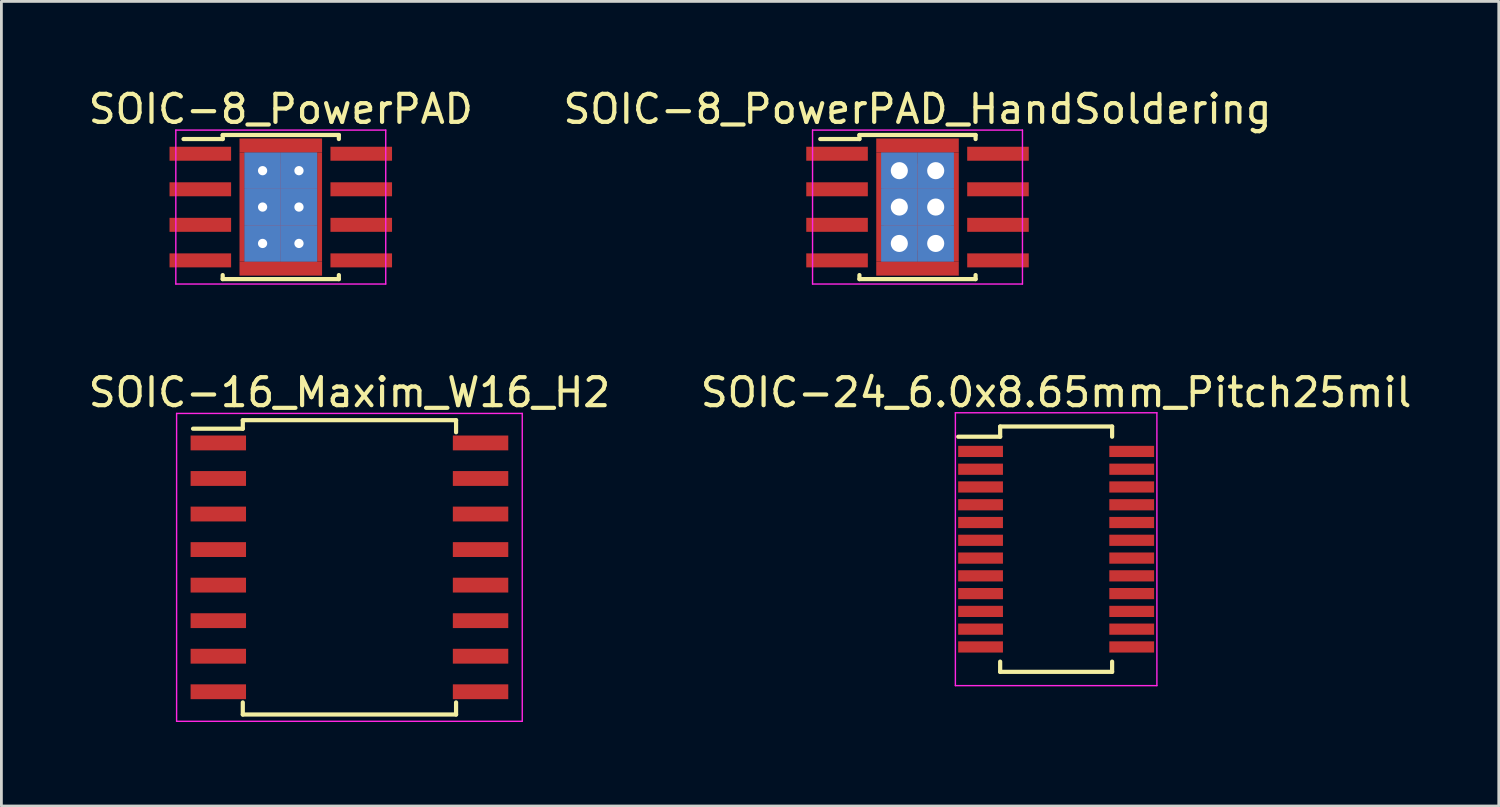
<source format=kicad_pcb>
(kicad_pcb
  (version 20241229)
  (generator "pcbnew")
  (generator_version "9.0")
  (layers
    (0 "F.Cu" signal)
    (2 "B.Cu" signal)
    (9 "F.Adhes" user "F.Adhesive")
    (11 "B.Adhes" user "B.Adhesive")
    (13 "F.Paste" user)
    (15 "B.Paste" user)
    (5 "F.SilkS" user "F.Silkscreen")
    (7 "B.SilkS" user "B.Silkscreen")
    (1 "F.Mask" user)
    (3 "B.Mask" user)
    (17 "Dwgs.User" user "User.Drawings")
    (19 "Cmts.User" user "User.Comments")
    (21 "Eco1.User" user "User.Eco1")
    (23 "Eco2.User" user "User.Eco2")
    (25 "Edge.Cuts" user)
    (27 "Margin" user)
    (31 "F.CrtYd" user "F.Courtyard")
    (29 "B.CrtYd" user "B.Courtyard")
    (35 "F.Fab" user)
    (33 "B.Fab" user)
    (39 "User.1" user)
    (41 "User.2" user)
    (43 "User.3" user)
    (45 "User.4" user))
  (footprint "SOIC-8_PowerPAD"
    (layer "F.Cu")
    (at 6.982 4.348)
    (property "Reference" "SOIC-8_PowerPAD" (at 0 -3.5 0) (layer "F.SilkS") (effects (font (size 1 1) (thickness 0.15))))
    (attr smd)
    (fp_line (start -2.075 -2.575) (end -2.075 -2.43) (stroke (width 0.15) (type solid)) (layer "F.SilkS"))
    (fp_line (start -2.075 -2.575) (end 2.075 -2.575) (stroke (width 0.15) (type solid)) (layer "F.SilkS"))
    (fp_line (start -2.075 -2.43) (end -3.475 -2.43) (stroke (width 0.15) (type solid)) (layer "F.SilkS"))
    (fp_line (start -2.075 2.575) (end -2.075 2.43) (stroke (width 0.15) (type solid)) (layer "F.SilkS"))
    (fp_line (start -2.075 2.575) (end 2.075 2.575) (stroke (width 0.15) (type solid)) (layer "F.SilkS"))
    (fp_line (start 2.075 -2.575) (end 2.075 -2.43) (stroke (width 0.15) (type solid)) (layer "F.SilkS"))
    (fp_line (start 2.075 2.575) (end 2.075 2.43) (stroke (width 0.15) (type solid)) (layer "F.SilkS"))
    (fp_line (start -3.75 -2.75) (end -3.75 2.75) (stroke (width 0.05) (type solid)) (layer "F.CrtYd"))
    (fp_line (start -3.75 -2.75) (end 3.75 -2.75) (stroke (width 0.05) (type solid)) (layer "F.CrtYd"))
    (fp_line (start -3.75 2.75) (end 3.75 2.75) (stroke (width 0.05) (type solid)) (layer "F.CrtYd"))
    (fp_line (start 3.75 -2.75) (end 3.75 2.75) (stroke (width 0.05) (type solid)) (layer "F.CrtYd"))
    (pad "1" smd rect (at -2.875 -1.905) (size 2.2 0.5) (layers "F.Cu" "F.Mask" "F.Paste"))
    (pad "2" smd rect (at -2.875 -0.635) (size 2.2 0.5) (layers "F.Cu" "F.Mask" "F.Paste"))
    (pad "3" smd rect (at -2.875 0.635) (size 2.2 0.5) (layers "F.Cu" "F.Mask" "F.Paste"))
    (pad "4" smd rect (at -2.875 1.905) (size 2.2 0.5) (layers "F.Cu" "F.Mask" "F.Paste"))
    (pad "5" smd rect (at 2.875 1.905) (size 2.2 0.5) (layers "F.Cu" "F.Mask" "F.Paste"))
    (pad "6" smd rect (at 2.875 0.635) (size 2.2 0.5) (layers "F.Cu" "F.Mask" "F.Paste"))
    (pad "7" smd rect (at 2.875 -0.635) (size 2.2 0.5) (layers "F.Cu" "F.Mask" "F.Paste"))
    (pad "8" smd rect (at 2.875 -1.905) (size 2.2 0.5) (layers "F.Cu" "F.Mask" "F.Paste"))
    (pad "9" smd rect (at -1.387 0) (size 0.175 3.9) (layers "F.Cu"))
    (pad "9" thru_hole rect (at -0.65 -1.3) (size 1.3 1.3) (drill 0.33) (layers "*.Cu"))
    (pad "9" thru_hole rect (at -0.65 0) (size 1.3 1.3) (drill 0.33) (layers "*.Cu"))
    (pad "9" thru_hole rect (at -0.65 1.3) (size 1.3 1.3) (drill 0.33) (layers "*.Cu"))
    (pad "9" smd rect (at 0 -2.2) (size 2.95 0.5) (layers "F.Cu"))
    (pad "9" smd rect (at 0 0) (size 2.4 3.1) (layers "F.Cu" "F.Mask" "F.Paste"))
    (pad "9" smd rect (at 0 2.2) (size 2.95 0.5) (layers "F.Cu"))
    (pad "9" thru_hole rect (at 0.65 -1.3) (size 1.3 1.3) (drill 0.33) (layers "*.Cu"))
    (pad "9" thru_hole rect (at 0.65 0) (size 1.3 1.3) (drill 0.33) (layers "*.Cu"))
    (pad "9" thru_hole rect (at 0.65 1.3) (size 1.3 1.3) (drill 0.33) (layers "*.Cu"))
    (pad "9" smd rect (at 1.387 0) (size 0.175 3.9) (layers "F.Cu")))
  (footprint "SOIC-24_6.0x8.65mm_Pitch25mil"
    (layer "F.Cu")
    (at 34.685 16.572)
    (property "Reference" "SOIC-24_6.0x8.65mm_Pitch25mil" (at 0 -5.6 0) (layer "F.SilkS") (effects (font (size 1 1) (thickness 0.15))))
    (attr smd)
    (fp_line (start -2 -4.383) (end -2 -4.018) (stroke (width 0.15) (type solid)) (layer "F.SilkS"))
    (fp_line (start -2 -4.383) (end 2 -4.383) (stroke (width 0.15) (type solid)) (layer "F.SilkS"))
    (fp_line (start -2 -4.018) (end -3.5 -4.018) (stroke (width 0.15) (type solid)) (layer "F.SilkS"))
    (fp_line (start -2 4.383) (end -2 4.018) (stroke (width 0.15) (type solid)) (layer "F.SilkS"))
    (fp_line (start -2 4.383) (end 2 4.383) (stroke (width 0.15) (type solid)) (layer "F.SilkS"))
    (fp_line (start 2 -4.383) (end 2 -4.018) (stroke (width 0.15) (type solid)) (layer "F.SilkS"))
    (fp_line (start 2 4.383) (end 2 4.018) (stroke (width 0.15) (type solid)) (layer "F.SilkS"))
    (fp_line (start -3.6 -4.875) (end -3.6 4.875) (stroke (width 0.05) (type solid)) (layer "F.CrtYd"))
    (fp_line (start -3.6 -4.875) (end 3.6 -4.875) (stroke (width 0.05) (type solid)) (layer "F.CrtYd"))
    (fp_line (start -3.6 4.875) (end 3.6 4.875) (stroke (width 0.05) (type solid)) (layer "F.CrtYd"))
    (fp_line (start 3.6 -4.875) (end 3.6 4.875) (stroke (width 0.05) (type solid)) (layer "F.CrtYd"))
    (pad "1" smd rect (at -2.7 -3.493) (size 1.6 0.4) (layers "F.Cu" "F.Mask" "F.Paste"))
    (pad "2" smd rect (at -2.7 -2.857) (size 1.6 0.4) (layers "F.Cu" "F.Mask" "F.Paste"))
    (pad "3" smd rect (at -2.7 -2.223) (size 1.6 0.4) (layers "F.Cu" "F.Mask" "F.Paste"))
    (pad "4" smd rect (at -2.7 -1.587) (size 1.6 0.4) (layers "F.Cu" "F.Mask" "F.Paste"))
    (pad "5" smd rect (at -2.7 -0.953) (size 1.6 0.4) (layers "F.Cu" "F.Mask" "F.Paste"))
    (pad "6" smd rect (at -2.7 -0.318) (size 1.6 0.4) (layers "F.Cu" "F.Mask" "F.Paste"))
    (pad "7" smd rect (at -2.7 0.318) (size 1.6 0.4) (layers "F.Cu" "F.Mask" "F.Paste"))
    (pad "8" smd rect (at -2.7 0.953) (size 1.6 0.4) (layers "F.Cu" "F.Mask" "F.Paste"))
    (pad "9" smd rect (at -2.7 1.587) (size 1.6 0.4) (layers "F.Cu" "F.Mask" "F.Paste"))
    (pad "10" smd rect (at -2.7 2.223) (size 1.6 0.4) (layers "F.Cu" "F.Mask" "F.Paste"))
    (pad "11" smd rect (at -2.7 2.857) (size 1.6 0.4) (layers "F.Cu" "F.Mask" "F.Paste"))
    (pad "12" smd rect (at -2.7 3.493) (size 1.6 0.4) (layers "F.Cu" "F.Mask" "F.Paste"))
    (pad "13" smd rect (at 2.7 3.493) (size 1.6 0.4) (layers "F.Cu" "F.Mask" "F.Paste"))
    (pad "14" smd rect (at 2.7 2.857) (size 1.6 0.4) (layers "F.Cu" "F.Mask" "F.Paste"))
    (pad "15" smd rect (at 2.7 2.223) (size 1.6 0.4) (layers "F.Cu" "F.Mask" "F.Paste"))
    (pad "16" smd rect (at 2.7 1.587) (size 1.6 0.4) (layers "F.Cu" "F.Mask" "F.Paste"))
    (pad "17" smd rect (at 2.7 0.953) (size 1.6 0.4) (layers "F.Cu" "F.Mask" "F.Paste"))
    (pad "18" smd rect (at 2.7 0.318) (size 1.6 0.4) (layers "F.Cu" "F.Mask" "F.Paste"))
    (pad "19" smd rect (at 2.7 -0.318) (size 1.6 0.4) (layers "F.Cu" "F.Mask" "F.Paste"))
    (pad "20" smd rect (at 2.7 -0.953) (size 1.6 0.4) (layers "F.Cu" "F.Mask" "F.Paste"))
    (pad "21" smd rect (at 2.7 -1.587) (size 1.6 0.4) (layers "F.Cu" "F.Mask" "F.Paste"))
    (pad "22" smd rect (at 2.7 -2.223) (size 1.6 0.4) (layers "F.Cu" "F.Mask" "F.Paste"))
    (pad "23" smd rect (at 2.7 -2.857) (size 1.6 0.4) (layers "F.Cu" "F.Mask" "F.Paste"))
    (pad "24" smd rect (at 2.7 -3.493) (size 1.6 0.4) (layers "F.Cu" "F.Mask" "F.Paste")))
  (footprint "SOIC-16_Maxim_W16_H2"
    (layer "F.Cu")
    (at 9.435 17.221)
    (property "Reference" "SOIC-16_Maxim_W16_H2" (at 0 -6.25 0) (layer "F.SilkS") (effects (font (size 1 1) (thickness 0.15))))
    (attr smd)
    (fp_line (start -3.81 -5.258) (end -3.81 -4.953) (stroke (width 0.15) (type solid)) (layer "F.SilkS"))
    (fp_line (start -3.81 -5.258) (end 3.81 -5.258) (stroke (width 0.15) (type solid)) (layer "F.SilkS"))
    (fp_line (start -3.81 -4.953) (end -5.588 -4.953) (stroke (width 0.15) (type solid)) (layer "F.SilkS"))
    (fp_line (start -3.81 5.258) (end -3.81 4.826) (stroke (width 0.15) (type solid)) (layer "F.SilkS"))
    (fp_line (start -3.81 5.258) (end 3.81 5.258) (stroke (width 0.15) (type solid)) (layer "F.SilkS"))
    (fp_line (start 3.81 -5.258) (end 3.81 -4.826) (stroke (width 0.15) (type solid)) (layer "F.SilkS"))
    (fp_line (start 3.81 5.258) (end 3.81 4.826) (stroke (width 0.15) (type solid)) (layer "F.SilkS"))
    (fp_line (start -6.175 -5.5) (end -6.175 5.5) (stroke (width 0.05) (type solid)) (layer "F.CrtYd"))
    (fp_line (start -6.175 -5.5) (end 6.175 -5.5) (stroke (width 0.05) (type solid)) (layer "F.CrtYd"))
    (fp_line (start -6.175 5.5) (end 6.175 5.5) (stroke (width 0.05) (type solid)) (layer "F.CrtYd"))
    (fp_line (start 6.175 -5.5) (end 6.175 5.5) (stroke (width 0.05) (type solid)) (layer "F.CrtYd"))
    (pad "1" smd rect (at -4.685 -4.445) (size 1.98 0.53) (layers "F.Cu" "F.Mask" "F.Paste"))
    (pad "2" smd rect (at -4.685 -3.175) (size 1.98 0.53) (layers "F.Cu" "F.Mask" "F.Paste"))
    (pad "3" smd rect (at -4.685 -1.905) (size 1.98 0.53) (layers "F.Cu" "F.Mask" "F.Paste"))
    (pad "4" smd rect (at -4.685 -0.635) (size 1.98 0.53) (layers "F.Cu" "F.Mask" "F.Paste"))
    (pad "5" smd rect (at -4.685 0.635) (size 1.98 0.53) (layers "F.Cu" "F.Mask" "F.Paste"))
    (pad "6" smd rect (at -4.685 1.905) (size 1.98 0.53) (layers "F.Cu" "F.Mask" "F.Paste"))
    (pad "7" smd rect (at -4.685 3.175) (size 1.98 0.53) (layers "F.Cu" "F.Mask" "F.Paste"))
    (pad "8" smd rect (at -4.685 4.445) (size 1.98 0.53) (layers "F.Cu" "F.Mask" "F.Paste"))
    (pad "9" smd rect (at 4.685 4.445) (size 1.98 0.53) (layers "F.Cu" "F.Mask" "F.Paste"))
    (pad "10" smd rect (at 4.685 3.175) (size 1.98 0.53) (layers "F.Cu" "F.Mask" "F.Paste"))
    (pad "11" smd rect (at 4.685 1.905) (size 1.98 0.53) (layers "F.Cu" "F.Mask" "F.Paste"))
    (pad "12" smd rect (at 4.685 0.635) (size 1.98 0.53) (layers "F.Cu" "F.Mask" "F.Paste"))
    (pad "13" smd rect (at 4.685 -0.635) (size 1.98 0.53) (layers "F.Cu" "F.Mask" "F.Paste"))
    (pad "14" smd rect (at 4.685 -1.905) (size 1.98 0.53) (layers "F.Cu" "F.Mask" "F.Paste"))
    (pad "15" smd rect (at 4.685 -3.175) (size 1.98 0.53) (layers "F.Cu" "F.Mask" "F.Paste"))
    (pad "16" smd rect (at 4.685 -4.445) (size 1.98 0.53) (layers "F.Cu" "F.Mask" "F.Paste")))
  (footprint "SOIC-8_PowerPAD_HandSoldering"
    (layer "F.Cu")
    (at 29.732 4.348)
    (property "Reference" "SOIC-8_PowerPAD_HandSoldering" (at 0 -3.5 0) (layer "F.SilkS") (effects (font (size 1 1) (thickness 0.15))))
    (attr smd)
    (fp_line (start -2.075 -2.575) (end -2.075 -2.43) (stroke (width 0.15) (type solid)) (layer "F.SilkS"))
    (fp_line (start -2.075 -2.575) (end 2.075 -2.575) (stroke (width 0.15) (type solid)) (layer "F.SilkS"))
    (fp_line (start -2.075 -2.43) (end -3.475 -2.43) (stroke (width 0.15) (type solid)) (layer "F.SilkS"))
    (fp_line (start -2.075 2.575) (end -2.075 2.43) (stroke (width 0.15) (type solid)) (layer "F.SilkS"))
    (fp_line (start -2.075 2.575) (end 2.075 2.575) (stroke (width 0.15) (type solid)) (layer "F.SilkS"))
    (fp_line (start 2.075 -2.575) (end 2.075 -2.43) (stroke (width 0.15) (type solid)) (layer "F.SilkS"))
    (fp_line (start 2.075 2.575) (end 2.075 2.43) (stroke (width 0.15) (type solid)) (layer "F.SilkS"))
    (fp_line (start -3.75 -2.75) (end -3.75 2.75) (stroke (width 0.05) (type solid)) (layer "F.CrtYd"))
    (fp_line (start -3.75 -2.75) (end 3.75 -2.75) (stroke (width 0.05) (type solid)) (layer "F.CrtYd"))
    (fp_line (start -3.75 2.75) (end 3.75 2.75) (stroke (width 0.05) (type solid)) (layer "F.CrtYd"))
    (fp_line (start 3.75 -2.75) (end 3.75 2.75) (stroke (width 0.05) (type solid)) (layer "F.CrtYd"))
    (pad "1" smd rect (at -2.875 -1.905) (size 2.2 0.5) (layers "F.Cu" "F.Mask" "F.Paste"))
    (pad "2" smd rect (at -2.875 -0.635) (size 2.2 0.5) (layers "F.Cu" "F.Mask" "F.Paste"))
    (pad "3" smd rect (at -2.875 0.635) (size 2.2 0.5) (layers "F.Cu" "F.Mask" "F.Paste"))
    (pad "4" smd rect (at -2.875 1.905) (size 2.2 0.5) (layers "F.Cu" "F.Mask" "F.Paste"))
    (pad "5" smd rect (at 2.875 1.905) (size 2.2 0.5) (layers "F.Cu" "F.Mask" "F.Paste"))
    (pad "6" smd rect (at 2.875 0.635) (size 2.2 0.5) (layers "F.Cu" "F.Mask" "F.Paste"))
    (pad "7" smd rect (at 2.875 -0.635) (size 2.2 0.5) (layers "F.Cu" "F.Mask" "F.Paste"))
    (pad "8" smd rect (at 2.875 -1.905) (size 2.2 0.5) (layers "F.Cu" "F.Mask" "F.Paste"))
    (pad "9" smd rect (at -1.387 0) (size 0.175 3.9) (layers "F.Cu"))
    (pad "9" thru_hole rect (at -0.65 -1.3) (size 1.3 1.3) (drill 0.61) (layers "*.Cu" "B.Mask"))
    (pad "9" thru_hole rect (at -0.65 0) (size 1.3 1.3) (drill 0.61) (layers "*.Cu" "B.Mask"))
    (pad "9" thru_hole rect (at -0.65 1.3) (size 1.3 1.3) (drill 0.61) (layers "*.Cu" "B.Mask"))
    (pad "9" smd rect (at 0 -2.2) (size 2.95 0.5) (layers "F.Cu"))
    (pad "9" smd rect (at 0 0) (size 2.4 3.1) (layers "F.Cu" "F.Mask" "F.Paste"))
    (pad "9" smd rect (at 0 2.2) (size 2.95 0.5) (layers "F.Cu"))
    (pad "9" thru_hole rect (at 0.65 -1.3) (size 1.3 1.3) (drill 0.61) (layers "*.Cu" "B.Mask"))
    (pad "9" thru_hole rect (at 0.65 0) (size 1.3 1.3) (drill 0.61) (layers "*.Cu" "B.Mask"))
    (pad "9" thru_hole rect (at 0.65 1.3) (size 1.3 1.3) (drill 0.61) (layers "*.Cu" "B.Mask"))
    (pad "9" smd rect (at 1.387 0) (size 0.175 3.9) (layers "F.Cu")))
  (gr_rect
    (start -3 -3)
    (end 50.5 25.747)
    (stroke (width 0.1) (type default))
    (fill no)
    (layer "Edge.Cuts")))
</source>
